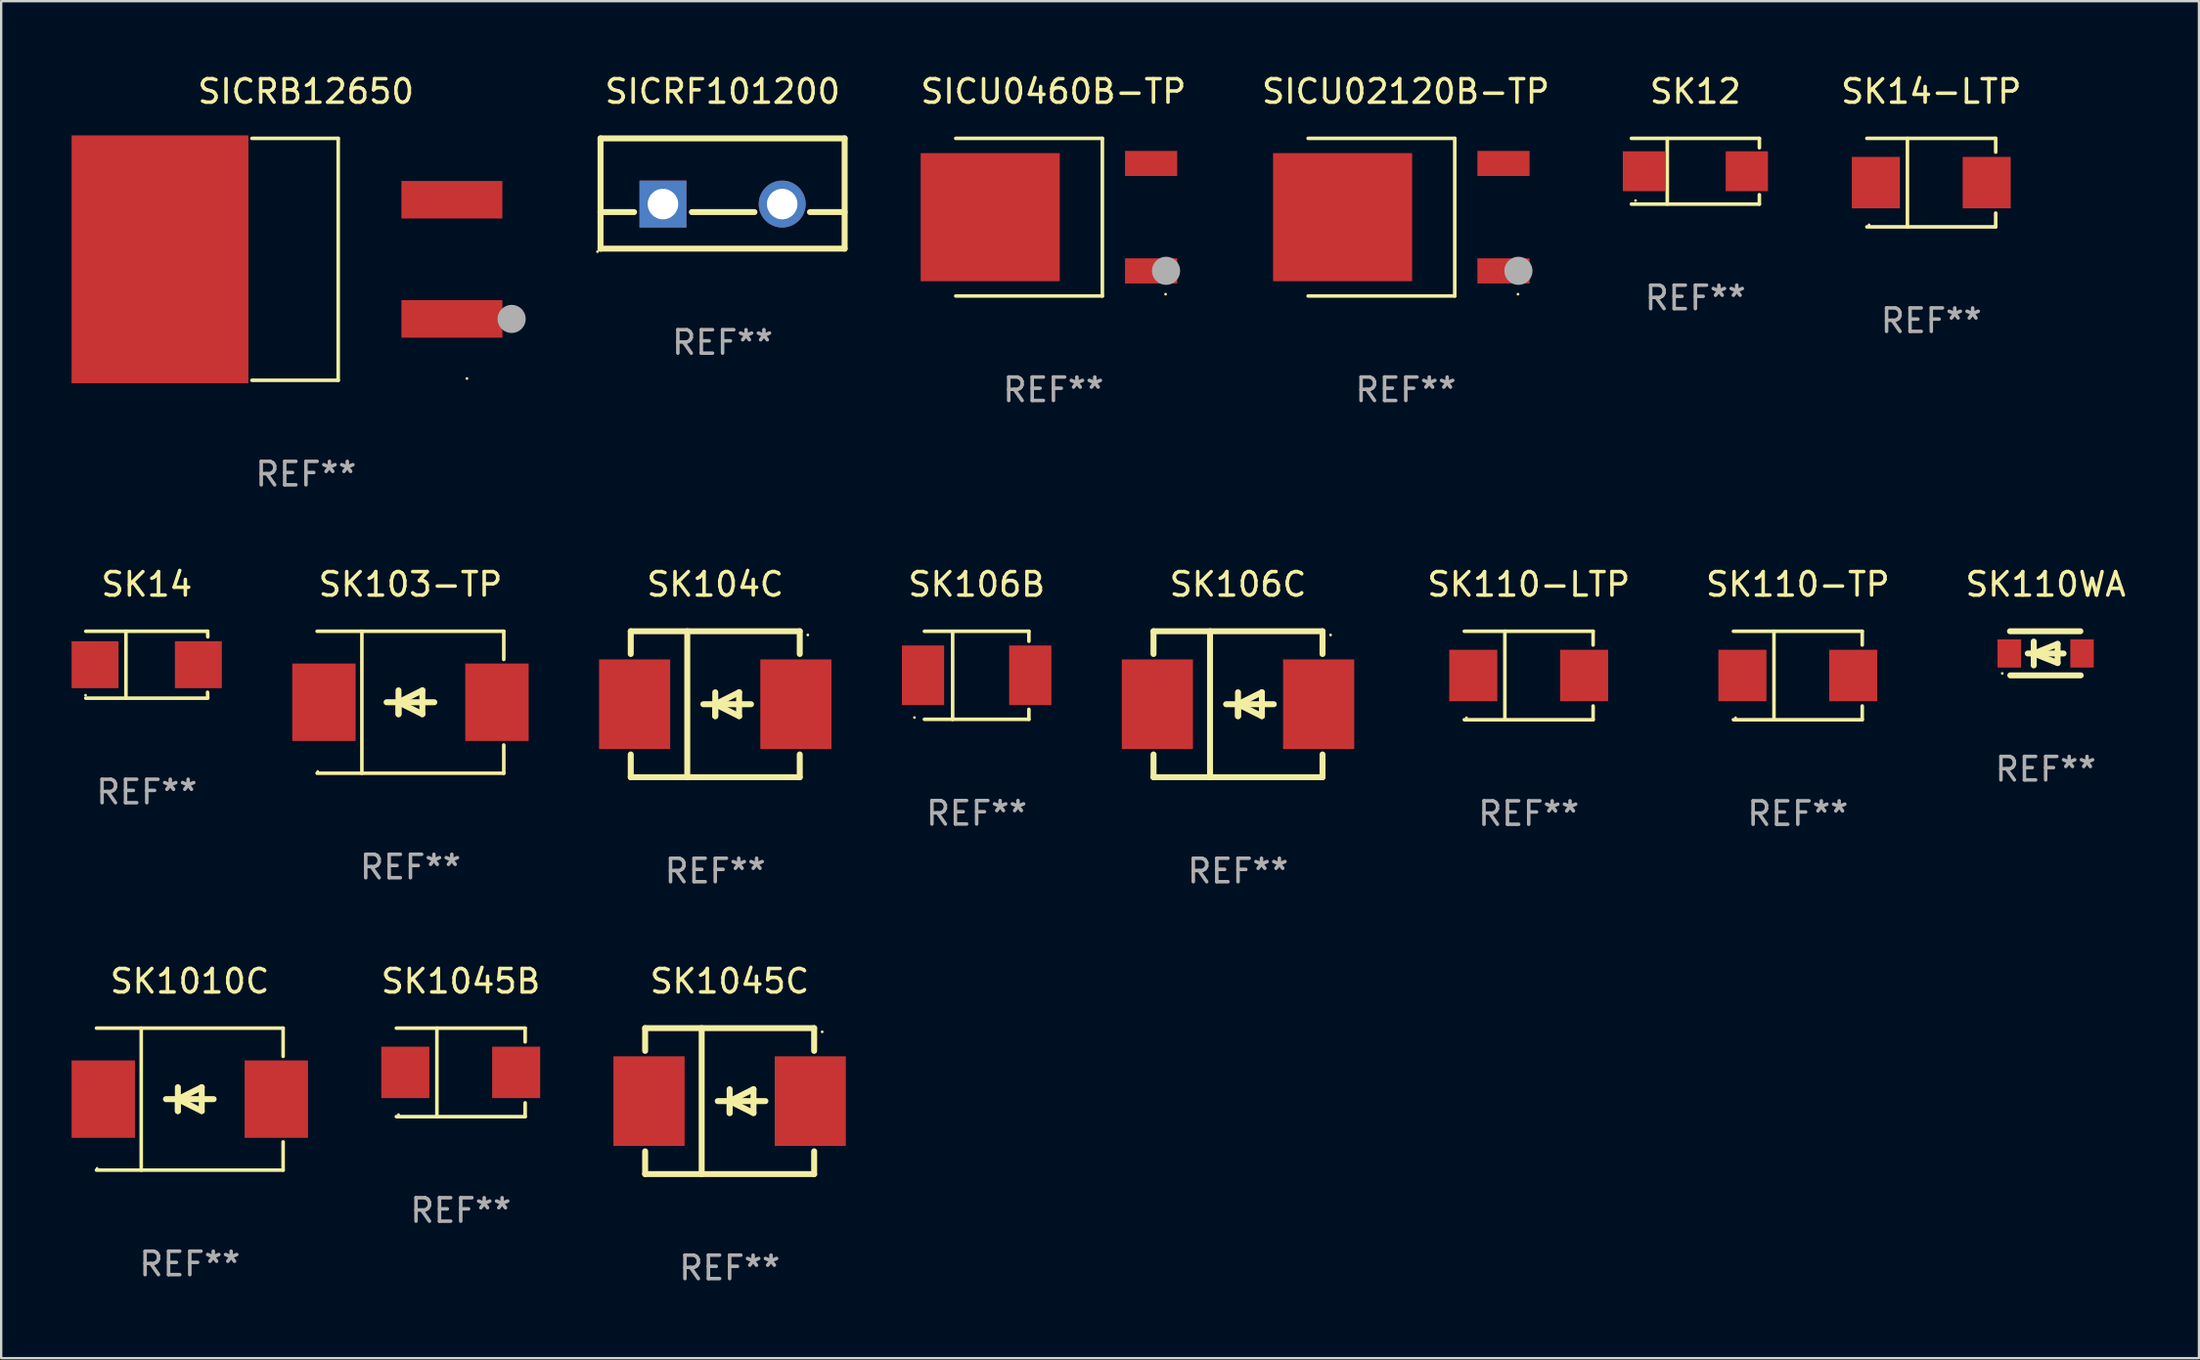
<source format=kicad_pcb>
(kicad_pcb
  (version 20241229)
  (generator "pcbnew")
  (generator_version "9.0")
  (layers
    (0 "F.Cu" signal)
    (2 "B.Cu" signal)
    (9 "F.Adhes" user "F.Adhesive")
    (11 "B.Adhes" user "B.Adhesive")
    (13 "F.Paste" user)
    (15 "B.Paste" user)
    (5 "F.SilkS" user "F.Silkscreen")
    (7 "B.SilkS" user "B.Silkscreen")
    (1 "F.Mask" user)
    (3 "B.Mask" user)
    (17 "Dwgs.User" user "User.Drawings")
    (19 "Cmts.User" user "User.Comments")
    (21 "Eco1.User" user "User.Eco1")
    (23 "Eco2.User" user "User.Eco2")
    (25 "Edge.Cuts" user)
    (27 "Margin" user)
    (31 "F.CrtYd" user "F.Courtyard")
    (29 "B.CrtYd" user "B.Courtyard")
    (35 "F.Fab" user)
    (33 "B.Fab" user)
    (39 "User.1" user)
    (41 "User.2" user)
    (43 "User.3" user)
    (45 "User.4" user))
  (footprint "SK12"
    (layer "F.Cu")
    (at 69.178 4.249)
    (property "Reference" "SK12" (at 0 -3.401 0) (layer "F.SilkS") (effects (font (size 1 1) (thickness 0.15))))
    (attr through_hole)
    (fp_line (start -2.726 -1.401) (end 2.726 -1.401) (stroke (width 0.152) (type solid)) (layer "F.SilkS"))
    (fp_line (start -2.726 1.401) (end 2.726 1.401) (stroke (width 0.152) (type solid)) (layer "F.SilkS"))
    (fp_line (start -1.197 -1.401) (end -1.197 1.401) (stroke (width 0.152) (type solid)) (layer "F.SilkS"))
    (fp_line (start 2.726 -1.401) (end 2.726 -1) (stroke (width 0.152) (type solid)) (layer "F.SilkS"))
    (fp_line (start 2.726 1.401) (end 2.726 1) (stroke (width 0.152) (type solid)) (layer "F.SilkS"))
    (fp_circle (center -2.55 1.25) (end -2.52 1.25) (stroke (width 0.06) (type solid)) (fill no) (layer "F.SilkS"))
    (fp_text user "REF**" (at 0 5.401 0) (layer "F.Fab") (effects (font (size 1 1) (thickness 0.15))))
    (pad "1" smd rect (at -2.192 0) (size 1.8 1.7) (layers "F.Cu" "F.Mask" "F.Paste"))
    (pad "2" smd rect (at 2.192 0) (size 1.8 1.7) (layers "F.Cu" "F.Mask" "F.Paste")))
  (footprint "SK110-LTP"
    (layer "F.Cu")
    (at 62.077 25.743)
    (property "Reference" "SK110-LTP" (at 0 -3.886 0) (layer "F.SilkS") (effects (font (size 1 1) (thickness 0.15))))
    (attr through_hole)
    (fp_line (start -2.744 -1.886) (end 2.744 -1.886) (stroke (width 0.152) (type solid)) (layer "F.SilkS"))
    (fp_line (start -2.744 1.886) (end 2.744 1.886) (stroke (width 0.152) (type solid)) (layer "F.SilkS"))
    (fp_line (start -1.016 -1.886) (end -1.016 1.886) (stroke (width 0.152) (type solid)) (layer "F.SilkS"))
    (fp_line (start 2.744 -1.886) (end 2.744 -1.299) (stroke (width 0.152) (type solid)) (layer "F.SilkS"))
    (fp_line (start 2.744 1.886) (end 2.744 1.299) (stroke (width 0.152) (type solid)) (layer "F.SilkS"))
    (fp_circle (center -2.65 1.8) (end -2.62 1.8) (stroke (width 0.06) (type solid)) (fill no) (layer "F.SilkS"))
    (fp_text user "REF**" (at 0 5.886 0) (layer "F.Fab") (effects (font (size 1 1) (thickness 0.15))))
    (pad "1" smd rect (at -2.361 0) (size 2.047 2.192) (layers "F.Cu" "F.Mask" "F.Paste"))
    (pad "2" smd rect (at 2.361 0) (size 2.047 2.192) (layers "F.Cu" "F.Mask" "F.Paste")))
  (footprint "SK103-TP"
    (layer "F.Cu")
    (at 14.436 26.883)
    (property "Reference" "SK103-TP" (at 0 -5.026 0) (layer "F.SilkS") (effects (font (size 1 1) (thickness 0.15))))
    (attr through_hole)
    (fp_line (start -3.976 -3.026) (end 3.976 -3.026) (stroke (width 0.152) (type solid)) (layer "F.SilkS"))
    (fp_line (start -3.976 3.026) (end 3.976 3.026) (stroke (width 0.152) (type solid)) (layer "F.SilkS"))
    (fp_line (start -2.069 -3.026) (end -2.069 3.026) (stroke (width 0.152) (type solid)) (layer "F.SilkS"))
    (fp_line (start -0.508 0) (end -0.508 0.508) (stroke (width 0.254) (type solid)) (layer "F.SilkS"))
    (fp_line (start -0.508 0) (end 0.508 0.508) (stroke (width 0.254) (type solid)) (layer "F.SilkS"))
    (fp_line (start -0.508 0.508) (end -0.508 -0.508) (stroke (width 0.254) (type solid)) (layer "F.SilkS"))
    (fp_line (start 0.508 -0.508) (end -0.508 0) (stroke (width 0.254) (type solid)) (layer "F.SilkS"))
    (fp_line (start 0.508 0.508) (end 0.508 -0.508) (stroke (width 0.254) (type solid)) (layer "F.SilkS"))
    (fp_line (start 1.016 0) (end -1.016 0) (stroke (width 0.254) (type solid)) (layer "F.SilkS"))
    (fp_line (start 3.976 -3.026) (end 3.976 -1.823) (stroke (width 0.152) (type solid)) (layer "F.SilkS"))
    (fp_line (start 3.976 3.026) (end 3.976 1.823) (stroke (width 0.152) (type solid)) (layer "F.SilkS"))
    (fp_circle (center -3.95 2.95) (end -3.92 2.95) (stroke (width 0.06) (type solid)) (fill no) (layer "F.SilkS"))
    (fp_text user "REF**" (at 0 7.026 0) (layer "F.Fab") (effects (font (size 1 1) (thickness 0.15))))
    (pad "1" smd rect (at -3.686 0) (size 2.7 3.3) (layers "F.Cu" "F.Mask" "F.Paste"))
    (pad "2" smd rect (at 3.686 0) (size 2.7 3.3) (layers "F.Cu" "F.Mask" "F.Paste")))
  (footprint "SK106B"
    (layer "F.Cu")
    (at 38.558 25.737)
    (property "Reference" "SK106B" (at 0 -3.88 0) (layer "F.SilkS") (effects (font (size 1 1) (thickness 0.15))))
    (attr through_hole)
    (fp_line (start -2.226 -1.88) (end 2.226 -1.88) (stroke (width 0.152) (type solid)) (layer "F.SilkS"))
    (fp_line (start -2.226 1.873) (end 2.226 1.873) (stroke (width 0.152) (type solid)) (layer "F.SilkS"))
    (fp_line (start -1.022 -1.873) (end -1.022 1.88) (stroke (width 0.152) (type solid)) (layer "F.SilkS"))
    (fp_line (start 2.226 -1.88) (end 2.226 -1.453) (stroke (width 0.152) (type solid)) (layer "F.SilkS"))
    (fp_line (start 2.226 1.447) (end 2.226 1.873) (stroke (width 0.152) (type solid)) (layer "F.SilkS"))
    (fp_circle (center -2.65 1.797) (end -2.62 1.797) (stroke (width 0.06) (type solid)) (fill no) (layer "F.SilkS"))
    (fp_text user "REF**" (at 0 5.88 0) (layer "F.Fab") (effects (font (size 1 1) (thickness 0.15))))
    (pad "1" smd rect (at -2.285 -0.003) (size 1.8 2.54) (layers "F.Cu" "F.Mask" "F.Paste"))
    (pad "2" smd rect (at 2.285 -0.003) (size 1.8 2.54) (layers "F.Cu" "F.Mask" "F.Paste")))
  (footprint "SK1045C"
    (layer "F.Cu")
    (at 28.035 43.884)
    (property "Reference" "SK1045C" (at 0 -5.11 0) (layer "F.SilkS") (effects (font (size 1 1) (thickness 0.15))))
    (attr through_hole)
    (fp_line (start -3.6 -3.11) (end -3.6 -2.141) (stroke (width 0.254) (type solid)) (layer "F.SilkS"))
    (fp_line (start -3.6 -3.11) (end 3.6 -3.11) (stroke (width 0.254) (type solid)) (layer "F.SilkS"))
    (fp_line (start -3.6 2.141) (end -3.6 3.11) (stroke (width 0.254) (type solid)) (layer "F.SilkS"))
    (fp_line (start -3.6 3.11) (end 3.6 3.11) (stroke (width 0.254) (type solid)) (layer "F.SilkS"))
    (fp_line (start -1.192 -3.11) (end -1.192 3.11) (stroke (width 0.254) (type solid)) (layer "F.SilkS"))
    (fp_line (start 0 0) (end 0 0.508) (stroke (width 0.254) (type solid)) (layer "F.SilkS"))
    (fp_line (start 0 0) (end 1.016 0.508) (stroke (width 0.254) (type solid)) (layer "F.SilkS"))
    (fp_line (start 0 0.508) (end 0 -0.508) (stroke (width 0.254) (type solid)) (layer "F.SilkS"))
    (fp_line (start 1.016 -0.508) (end 0 0) (stroke (width 0.254) (type solid)) (layer "F.SilkS"))
    (fp_line (start 1.016 0.508) (end 1.016 -0.508) (stroke (width 0.254) (type solid)) (layer "F.SilkS"))
    (fp_line (start 1.524 0) (end -0.508 0) (stroke (width 0.254) (type solid)) (layer "F.SilkS"))
    (fp_line (start 3.6 -3.11) (end 3.6 -2.141) (stroke (width 0.254) (type solid)) (layer "F.SilkS"))
    (fp_line (start 3.6 2.141) (end 3.6 3.11) (stroke (width 0.254) (type solid)) (layer "F.SilkS"))
    (fp_circle (center 3.943 -2.952) (end 3.973 -2.952) (stroke (width 0.06) (type solid)) (fill no) (layer "F.SilkS"))
    (fp_text user "REF**" (at 0 7.11 0) (layer "F.Fab") (effects (font (size 1 1) (thickness 0.15))))
    (pad "1" smd rect (at 3.435 0 180) (size 3.03 3.82) (layers "F.Cu" "F.Mask" "F.Paste"))
    (pad "2" smd rect (at -3.435 0 180) (size 3.03 3.82) (layers "F.Cu" "F.Mask" "F.Paste")))
  (footprint "SK110WA"
    (layer "F.Cu")
    (at 84.101 24.797)
    (property "Reference" "SK110WA" (at 0 -2.94 0) (layer "F.SilkS") (effects (font (size 1 1) (thickness 0.15))))
    (attr through_hole)
    (fp_line (start -1.52 -0.94) (end 1.48 -0.94) (stroke (width 0.254) (type solid)) (layer "F.SilkS"))
    (fp_line (start -1.507 0.94) (end 1.493 0.94) (stroke (width 0.254) (type solid)) (layer "F.SilkS"))
    (fp_line (start -0.762 0.007) (end 0.762 0.007) (stroke (width 0.254) (type solid)) (layer "F.SilkS"))
    (fp_line (start -0.508 -0.501) (end -0.508 0.515) (stroke (width 0.254) (type solid)) (layer "F.SilkS"))
    (fp_line (start -0.508 0.007) (end 0.508 -0.4) (stroke (width 0.254) (type solid)) (layer "F.SilkS"))
    (fp_line (start 0.508 -0.4) (end 0.508 0.413) (stroke (width 0.254) (type solid)) (layer "F.SilkS"))
    (fp_line (start 0.508 0.413) (end -0.508 0.007) (stroke (width 0.254) (type solid)) (layer "F.SilkS"))
    (fp_circle (center -1.85 0.857) (end -1.82 0.857) (stroke (width 0.06) (type solid)) (fill no) (layer "F.SilkS"))
    (fp_text user "REF**" (at 0 4.94 0) (layer "F.Fab") (effects (font (size 1 1) (thickness 0.15))))
    (pad "1" smd rect (at -1.55 0.007) (size 1 1.2) (layers "F.Cu" "F.Mask" "F.Paste"))
    (pad "2" smd rect (at 1.55 0.007) (size 1 1.2) (layers "F.Cu" "F.Mask" "F.Paste")))
  (footprint "SK110-TP"
    (layer "F.Cu")
    (at 73.542 25.743)
    (property "Reference" "SK110-TP" (at 0 -3.886 0) (layer "F.SilkS") (effects (font (size 1 1) (thickness 0.15))))
    (attr through_hole)
    (fp_line (start -2.744 -1.886) (end 2.744 -1.886) (stroke (width 0.152) (type solid)) (layer "F.SilkS"))
    (fp_line (start -2.744 1.886) (end 2.744 1.886) (stroke (width 0.152) (type solid)) (layer "F.SilkS"))
    (fp_line (start -1.016 -1.886) (end -1.016 1.886) (stroke (width 0.152) (type solid)) (layer "F.SilkS"))
    (fp_line (start 2.744 -1.886) (end 2.744 -1.299) (stroke (width 0.152) (type solid)) (layer "F.SilkS"))
    (fp_line (start 2.744 1.886) (end 2.744 1.299) (stroke (width 0.152) (type solid)) (layer "F.SilkS"))
    (fp_circle (center -2.65 1.8) (end -2.62 1.8) (stroke (width 0.06) (type solid)) (fill no) (layer "F.SilkS"))
    (fp_text user "REF**" (at 0 5.886 0) (layer "F.Fab") (effects (font (size 1 1) (thickness 0.15))))
    (pad "1" smd rect (at -2.361 0) (size 2.047 2.192) (layers "F.Cu" "F.Mask" "F.Paste"))
    (pad "2" smd rect (at 2.361 0) (size 2.047 2.192) (layers "F.Cu" "F.Mask" "F.Paste")))
  (footprint "SICU0460B-TP"
    (layer "F.Cu")
    (at 41.829 6.207)
    (property "Reference" "SICU0460B-TP" (at 0 -5.359 0) (layer "F.SilkS") (effects (font (size 1 1) (thickness 0.15))))
    (attr through_hole)
    (fp_line (start -4.162 -3.359) (end 2.085 -3.359) (stroke (width 0.152) (type solid)) (layer "F.SilkS"))
    (fp_line (start -4.162 3.359) (end 2.085 3.359) (stroke (width 0.152) (type solid)) (layer "F.SilkS"))
    (fp_line (start 2.085 3.359) (end 2.085 -3.359) (stroke (width 0.152) (type solid)) (layer "F.SilkS"))
    (fp_circle (center 4.779 3.282) (end 4.809 3.282) (stroke (width 0.06) (type solid)) (fill no) (layer "F.SilkS"))
    (fp_circle (center 4.798 2.286) (end 5.098 2.286) (stroke (width 0.6) (type solid)) (fill no) (layer "F.Fab"))
    (fp_text user "REF**" (at 0 7.359 0) (layer "F.Fab") (effects (font (size 1 1) (thickness 0.15))))
    (pad "1" smd rect (at 4.162 2.29) (size 2.223 1.071) (layers "F.Cu" "F.Mask" "F.Paste"))
    (pad "2" smd rect (at -2.693 0) (size 5.925 5.46) (layers "F.Cu" "F.Mask" "F.Paste"))
    (pad "3" smd rect (at 4.162 -2.29) (size 2.223 1.071) (layers "F.Cu" "F.Mask" "F.Paste")))
  (footprint "SK106C"
    (layer "F.Cu")
    (at 49.693 26.967)
    (property "Reference" "SK106C" (at 0 -5.11 0) (layer "F.SilkS") (effects (font (size 1 1) (thickness 0.15))))
    (attr through_hole)
    (fp_line (start -3.6 -3.11) (end -3.6 -2.141) (stroke (width 0.254) (type solid)) (layer "F.SilkS"))
    (fp_line (start -3.6 -3.11) (end 3.6 -3.11) (stroke (width 0.254) (type solid)) (layer "F.SilkS"))
    (fp_line (start -3.6 2.141) (end -3.6 3.11) (stroke (width 0.254) (type solid)) (layer "F.SilkS"))
    (fp_line (start -3.6 3.11) (end 3.6 3.11) (stroke (width 0.254) (type solid)) (layer "F.SilkS"))
    (fp_line (start -1.192 -3.11) (end -1.192 3.11) (stroke (width 0.254) (type solid)) (layer "F.SilkS"))
    (fp_line (start 0 0) (end 0 0.508) (stroke (width 0.254) (type solid)) (layer "F.SilkS"))
    (fp_line (start 0 0) (end 1.016 0.508) (stroke (width 0.254) (type solid)) (layer "F.SilkS"))
    (fp_line (start 0 0.508) (end 0 -0.508) (stroke (width 0.254) (type solid)) (layer "F.SilkS"))
    (fp_line (start 1.016 -0.508) (end 0 0) (stroke (width 0.254) (type solid)) (layer "F.SilkS"))
    (fp_line (start 1.016 0.508) (end 1.016 -0.508) (stroke (width 0.254) (type solid)) (layer "F.SilkS"))
    (fp_line (start 1.524 0) (end -0.508 0) (stroke (width 0.254) (type solid)) (layer "F.SilkS"))
    (fp_line (start 3.6 -3.11) (end 3.6 -2.141) (stroke (width 0.254) (type solid)) (layer "F.SilkS"))
    (fp_line (start 3.6 2.141) (end 3.6 3.11) (stroke (width 0.254) (type solid)) (layer "F.SilkS"))
    (fp_circle (center 3.943 -2.952) (end 3.973 -2.952) (stroke (width 0.06) (type solid)) (fill no) (layer "F.SilkS"))
    (fp_text user "REF**" (at 0 7.11 0) (layer "F.Fab") (effects (font (size 1 1) (thickness 0.15))))
    (pad "1" smd rect (at 3.435 0 180) (size 3.03 3.82) (layers "F.Cu" "F.Mask" "F.Paste"))
    (pad "2" smd rect (at -3.435 0 180) (size 3.03 3.82) (layers "F.Cu" "F.Mask" "F.Paste")))
  (footprint "SICRF101200"
    (layer "F.Cu")
    (at 27.734 5.198)
    (property "Reference" "SICRF101200" (at 0 -4.35 0) (layer "F.SilkS") (effects (font (size 1 1) (thickness 0.15))))
    (attr through_hole)
    (fp_line (start -5.2 -2.35) (end -5.2 2.35) (stroke (width 0.254) (type solid)) (layer "F.SilkS"))
    (fp_line (start -5.2 -2.35) (end 5.2 -2.35) (stroke (width 0.254) (type solid)) (layer "F.SilkS"))
    (fp_line (start -5.2 0.792) (end -3.771 0.792) (stroke (width 0.254) (type solid)) (layer "F.SilkS"))
    (fp_line (start -5.2 2.35) (end 5.2 2.35) (stroke (width 0.254) (type solid)) (layer "F.SilkS"))
    (fp_line (start -1.309 0.792) (end 1.357 0.792) (stroke (width 0.254) (type solid)) (layer "F.SilkS"))
    (fp_line (start 3.723 0.792) (end 5.2 0.792) (stroke (width 0.254) (type solid)) (layer "F.SilkS"))
    (fp_line (start 5.2 -2.35) (end 5.2 2.35) (stroke (width 0.254) (type solid)) (layer "F.SilkS"))
    (fp_circle (center -5.327 2.477) (end -5.297 2.477) (stroke (width 0.06) (type solid)) (fill no) (layer "F.SilkS"))
    (fp_text user "REF**" (at 0 6.35 0) (layer "F.Fab") (effects (font (size 1 1) (thickness 0.15))))
    (pad "1" thru_hole rect (at -2.54 0.45) (size 2 2) (drill 1.3) (layers "*.Cu" "*.Mask"))
    (pad "2" thru_hole circle (at 2.54 0.45) (size 2 2) (drill 1.3) (layers "*.Cu" "*.Mask")))
  (footprint "SK1045B"
    (layer "F.Cu")
    (at 16.579 42.66)
    (property "Reference" "SK1045B" (at 0 -3.886 0) (layer "F.SilkS") (effects (font (size 1 1) (thickness 0.15))))
    (attr through_hole)
    (fp_line (start -2.744 -1.886) (end 2.744 -1.886) (stroke (width 0.152) (type solid)) (layer "F.SilkS"))
    (fp_line (start -2.744 1.886) (end 2.744 1.886) (stroke (width 0.152) (type solid)) (layer "F.SilkS"))
    (fp_line (start -1.016 -1.886) (end -1.016 1.886) (stroke (width 0.152) (type solid)) (layer "F.SilkS"))
    (fp_line (start 2.744 -1.886) (end 2.744 -1.299) (stroke (width 0.152) (type solid)) (layer "F.SilkS"))
    (fp_line (start 2.744 1.886) (end 2.744 1.299) (stroke (width 0.152) (type solid)) (layer "F.SilkS"))
    (fp_circle (center -2.65 1.8) (end -2.62 1.8) (stroke (width 0.06) (type solid)) (fill no) (layer "F.SilkS"))
    (fp_text user "REF**" (at 0 5.886 0) (layer "F.Fab") (effects (font (size 1 1) (thickness 0.15))))
    (pad "1" smd rect (at -2.361 0) (size 2.047 2.192) (layers "F.Cu" "F.Mask" "F.Paste"))
    (pad "2" smd rect (at 2.361 0) (size 2.047 2.192) (layers "F.Cu" "F.Mask" "F.Paste")))
  (footprint "SICRB12650"
    (layer "F.Cu")
    (at 9.984 8.004)
    (property "Reference" "SICRB12650" (at 0 -7.156 0) (layer "F.SilkS") (effects (font (size 1 1) (thickness 0.15))))
    (attr through_hole)
    (fp_line (start -2.3 -5.156) (end 1.374 -5.156) (stroke (width 0.152) (type solid)) (layer "F.SilkS"))
    (fp_line (start -2.3 5.156) (end 1.374 5.156) (stroke (width 0.152) (type solid)) (layer "F.SilkS"))
    (fp_line (start 1.374 5.156) (end 1.374 -5.156) (stroke (width 0.152) (type solid)) (layer "F.SilkS"))
    (fp_circle (center 6.858 5.08) (end 6.888 5.08) (stroke (width 0.06) (type solid)) (fill no) (layer "F.SilkS"))
    (fp_circle (center 8.763 2.54) (end 9.063 2.54) (stroke (width 0.6) (type solid)) (fill no) (layer "F.Fab"))
    (fp_text user "REF**" (at 0 9.156 0) (layer "F.Fab") (effects (font (size 1 1) (thickness 0.15))))
    (pad "1" smd rect (at 6.218 2.54 180) (size 4.3 1.6) (layers "F.Cu" "F.Mask" "F.Paste"))
    (pad "2" smd rect (at -6.218 0 180) (size 7.532 10.566) (layers "F.Cu" "F.Mask" "F.Paste"))
    (pad "3" smd rect (at 6.218 -2.54 180) (size 4.3 1.6) (layers "F.Cu" "F.Mask" "F.Paste")))
  (footprint "SK14-LTP"
    (layer "F.Cu")
    (at 79.228 4.734)
    (property "Reference" "SK14-LTP" (at 0 -3.886 0) (layer "F.SilkS") (effects (font (size 1 1) (thickness 0.15))))
    (attr through_hole)
    (fp_line (start -2.744 -1.886) (end 2.744 -1.886) (stroke (width 0.152) (type solid)) (layer "F.SilkS"))
    (fp_line (start -2.744 1.886) (end 2.744 1.886) (stroke (width 0.152) (type solid)) (layer "F.SilkS"))
    (fp_line (start -1.016 -1.886) (end -1.016 1.886) (stroke (width 0.152) (type solid)) (layer "F.SilkS"))
    (fp_line (start 2.744 -1.886) (end 2.744 -1.299) (stroke (width 0.152) (type solid)) (layer "F.SilkS"))
    (fp_line (start 2.744 1.886) (end 2.744 1.299) (stroke (width 0.152) (type solid)) (layer "F.SilkS"))
    (fp_circle (center -2.65 1.8) (end -2.62 1.8) (stroke (width 0.06) (type solid)) (fill no) (layer "F.SilkS"))
    (fp_text user "REF**" (at 0 5.886 0) (layer "F.Fab") (effects (font (size 1 1) (thickness 0.15))))
    (pad "1" smd rect (at -2.361 0) (size 2.047 2.192) (layers "F.Cu" "F.Mask" "F.Paste"))
    (pad "2" smd rect (at 2.361 0) (size 2.047 2.192) (layers "F.Cu" "F.Mask" "F.Paste")))
  (footprint "SK1010C"
    (layer "F.Cu")
    (at 5.036 43.8)
    (property "Reference" "SK1010C" (at 0 -5.026 0) (layer "F.SilkS") (effects (font (size 1 1) (thickness 0.15))))
    (attr through_hole)
    (fp_line (start -3.976 -3.026) (end 3.976 -3.026) (stroke (width 0.152) (type solid)) (layer "F.SilkS"))
    (fp_line (start -3.976 3.026) (end 3.976 3.026) (stroke (width 0.152) (type solid)) (layer "F.SilkS"))
    (fp_line (start -2.069 -3.026) (end -2.069 3.026) (stroke (width 0.152) (type solid)) (layer "F.SilkS"))
    (fp_line (start -0.508 0) (end -0.508 0.508) (stroke (width 0.254) (type solid)) (layer "F.SilkS"))
    (fp_line (start -0.508 0) (end 0.508 0.508) (stroke (width 0.254) (type solid)) (layer "F.SilkS"))
    (fp_line (start -0.508 0.508) (end -0.508 -0.508) (stroke (width 0.254) (type solid)) (layer "F.SilkS"))
    (fp_line (start 0.508 -0.508) (end -0.508 0) (stroke (width 0.254) (type solid)) (layer "F.SilkS"))
    (fp_line (start 0.508 0.508) (end 0.508 -0.508) (stroke (width 0.254) (type solid)) (layer "F.SilkS"))
    (fp_line (start 1.016 0) (end -1.016 0) (stroke (width 0.254) (type solid)) (layer "F.SilkS"))
    (fp_line (start 3.976 -3.026) (end 3.976 -1.823) (stroke (width 0.152) (type solid)) (layer "F.SilkS"))
    (fp_line (start 3.976 3.026) (end 3.976 1.823) (stroke (width 0.152) (type solid)) (layer "F.SilkS"))
    (fp_circle (center -3.95 2.95) (end -3.92 2.95) (stroke (width 0.06) (type solid)) (fill no) (layer "F.SilkS"))
    (fp_text user "REF**" (at 0 7.026 0) (layer "F.Fab") (effects (font (size 1 1) (thickness 0.15))))
    (pad "1" smd rect (at -3.686 0) (size 2.7 3.3) (layers "F.Cu" "F.Mask" "F.Paste"))
    (pad "2" smd rect (at 3.686 0) (size 2.7 3.3) (layers "F.Cu" "F.Mask" "F.Paste")))
  (footprint "SK104C"
    (layer "F.Cu")
    (at 27.422 26.967)
    (property "Reference" "SK104C" (at 0 -5.11 0) (layer "F.SilkS") (effects (font (size 1 1) (thickness 0.15))))
    (attr through_hole)
    (fp_line (start -3.6 -3.11) (end -3.6 -2.141) (stroke (width 0.254) (type solid)) (layer "F.SilkS"))
    (fp_line (start -3.6 -3.11) (end 3.6 -3.11) (stroke (width 0.254) (type solid)) (layer "F.SilkS"))
    (fp_line (start -3.6 2.141) (end -3.6 3.11) (stroke (width 0.254) (type solid)) (layer "F.SilkS"))
    (fp_line (start -3.6 3.11) (end 3.6 3.11) (stroke (width 0.254) (type solid)) (layer "F.SilkS"))
    (fp_line (start -1.192 -3.11) (end -1.192 3.11) (stroke (width 0.254) (type solid)) (layer "F.SilkS"))
    (fp_line (start 0 0) (end 0 0.508) (stroke (width 0.254) (type solid)) (layer "F.SilkS"))
    (fp_line (start 0 0) (end 1.016 0.508) (stroke (width 0.254) (type solid)) (layer "F.SilkS"))
    (fp_line (start 0 0.508) (end 0 -0.508) (stroke (width 0.254) (type solid)) (layer "F.SilkS"))
    (fp_line (start 1.016 -0.508) (end 0 0) (stroke (width 0.254) (type solid)) (layer "F.SilkS"))
    (fp_line (start 1.016 0.508) (end 1.016 -0.508) (stroke (width 0.254) (type solid)) (layer "F.SilkS"))
    (fp_line (start 1.524 0) (end -0.508 0) (stroke (width 0.254) (type solid)) (layer "F.SilkS"))
    (fp_line (start 3.6 -3.11) (end 3.6 -2.141) (stroke (width 0.254) (type solid)) (layer "F.SilkS"))
    (fp_line (start 3.6 2.141) (end 3.6 3.11) (stroke (width 0.254) (type solid)) (layer "F.SilkS"))
    (fp_circle (center 3.943 -2.952) (end 3.973 -2.952) (stroke (width 0.06) (type solid)) (fill no) (layer "F.SilkS"))
    (fp_text user "REF**" (at 0 7.11 0) (layer "F.Fab") (effects (font (size 1 1) (thickness 0.15))))
    (pad "1" smd rect (at 3.435 0 180) (size 3.03 3.82) (layers "F.Cu" "F.Mask" "F.Paste"))
    (pad "2" smd rect (at -3.435 0 180) (size 3.03 3.82) (layers "F.Cu" "F.Mask" "F.Paste")))
  (footprint "SK14"
    (layer "F.Cu")
    (at 3.203 25.283)
    (property "Reference" "SK14" (at 0 -3.426 0) (layer "F.SilkS") (effects (font (size 1 1) (thickness 0.15))))
    (attr through_hole)
    (fp_line (start -2.6 -1.426) (end 2.593 -1.426) (stroke (width 0.152) (type solid)) (layer "F.SilkS"))
    (fp_line (start -2.6 1.426) (end 2.593 1.426) (stroke (width 0.152) (type solid)) (layer "F.SilkS"))
    (fp_line (start -0.887 -1.426) (end -0.887 1.426) (stroke (width 0.152) (type solid)) (layer "F.SilkS"))
    (fp_line (start 2.59 1.176) (end 2.597 1.415) (stroke (width 0.152) (type solid)) (layer "F.SilkS"))
    (fp_line (start 2.593 -1.426) (end 2.6 -1.187) (stroke (width 0.152) (type solid)) (layer "F.SilkS"))
    (fp_circle (center -2.608 1.3) (end -2.578 1.3) (stroke (width 0.06) (type solid)) (fill no) (layer "F.SilkS"))
    (fp_text user "REF**" (at 0 5.426 0) (layer "F.Fab") (effects (font (size 1 1) (thickness 0.15))))
    (pad "1" smd rect (at -2.203 0 180) (size 2 2) (layers "F.Cu" "F.Mask" "F.Paste"))
    (pad "2" smd rect (at 2.197 0 180) (size 2 2) (layers "F.Cu" "F.Mask" "F.Paste")))
  (footprint "SICU02120B-TP"
    (layer "F.Cu")
    (at 56.841 6.207)
    (property "Reference" "SICU02120B-TP" (at 0 -5.359 0) (layer "F.SilkS") (effects (font (size 1 1) (thickness 0.15))))
    (attr through_hole)
    (fp_line (start -4.162 -3.359) (end 2.085 -3.359) (stroke (width 0.152) (type solid)) (layer "F.SilkS"))
    (fp_line (start -4.162 3.359) (end 2.085 3.359) (stroke (width 0.152) (type solid)) (layer "F.SilkS"))
    (fp_line (start 2.085 3.359) (end 2.085 -3.359) (stroke (width 0.152) (type solid)) (layer "F.SilkS"))
    (fp_circle (center 4.779 3.282) (end 4.809 3.282) (stroke (width 0.06) (type solid)) (fill no) (layer "F.SilkS"))
    (fp_circle (center 4.798 2.286) (end 5.098 2.286) (stroke (width 0.6) (type solid)) (fill no) (layer "F.Fab"))
    (fp_text user "REF**" (at 0 7.359 0) (layer "F.Fab") (effects (font (size 1 1) (thickness 0.15))))
    (pad "1" smd rect (at 4.162 2.29) (size 2.223 1.071) (layers "F.Cu" "F.Mask" "F.Paste"))
    (pad "2" smd rect (at -2.693 0) (size 5.925 5.46) (layers "F.Cu" "F.Mask" "F.Paste"))
    (pad "3" smd rect (at 4.162 -2.29) (size 2.223 1.071) (layers "F.Cu" "F.Mask" "F.Paste")))
  (gr_rect
    (start -3 -3)
    (end 90.631 54.842)
    (stroke (width 0.1) (type default))
    (fill no)
    (layer "Edge.Cuts")))
</source>
